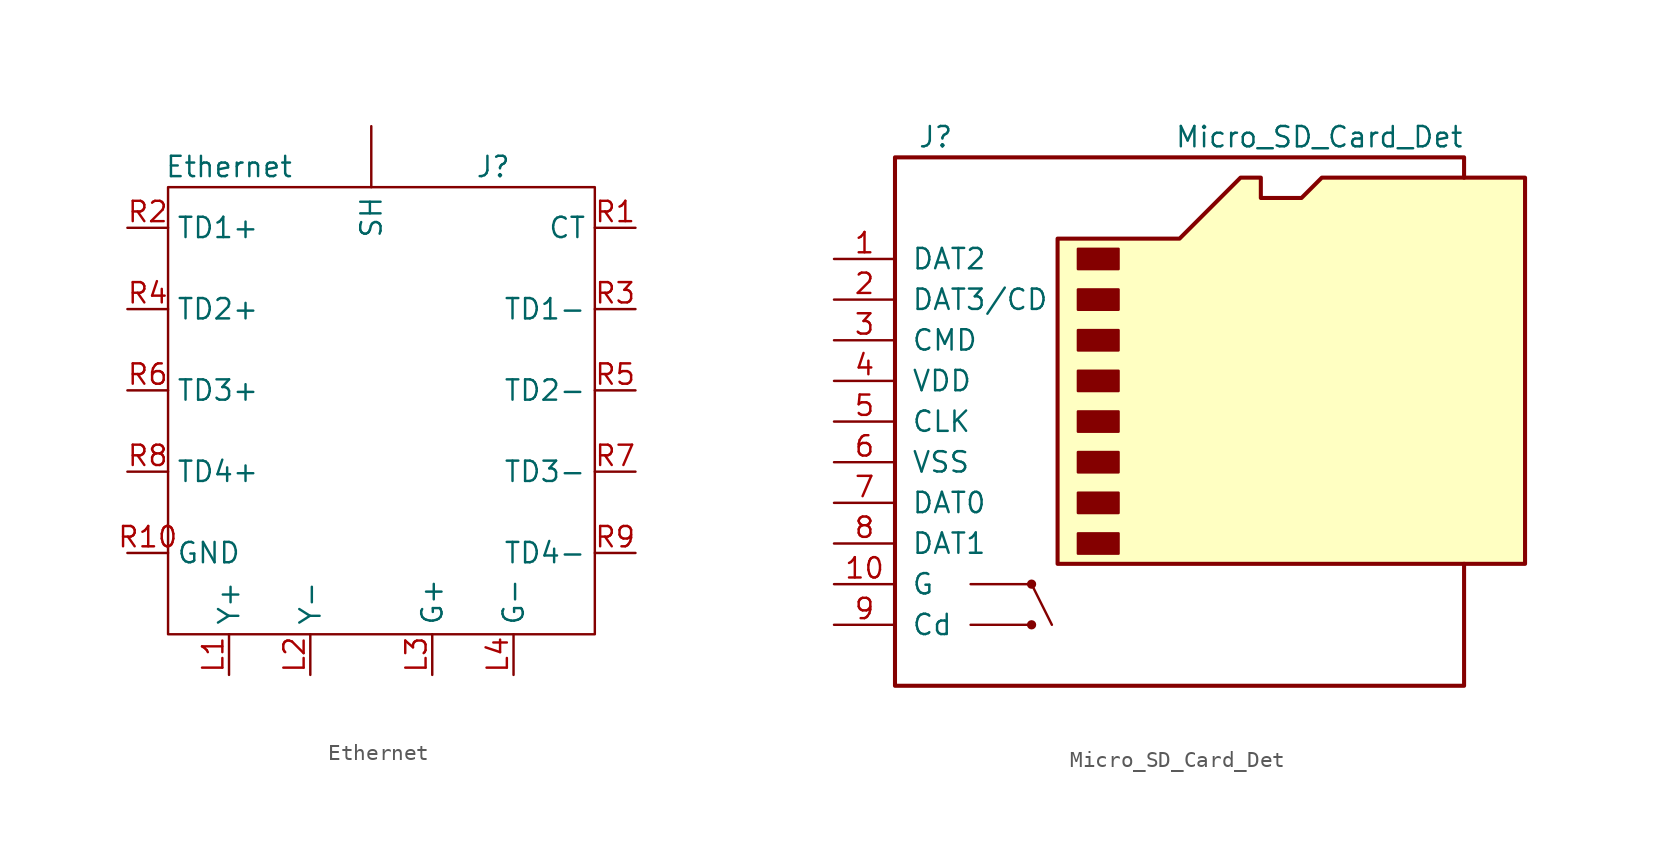
<source format=kicad_sym>
(kicad_symbol_lib
  (version 20201005)
  (generator kicad_symbol_editor)
  (symbol "Special:Ethernet"
    (property "Reference" "J"
      (at 24.13 1.27 0)
      (effects (font (size 1.27 1.27))))
    (property "Value" "Ethernet"
      (at 7.62 1.27 0)
      (effects (font (size 1.27 1.27))))
    (symbol "Ethernet_0_0"
      (pin bidirectional line (at 7.62 -30.48 90) (length 2.54) (name "Y+" (effects (font (size 1.27 1.27)))) (number "L1" (effects (font (size 1.27 1.27)))))
      (pin bidirectional line (at 12.7 -30.48 90) (length 2.54) (name "Y-" (effects (font (size 1.27 1.27)))) (number "L2" (effects (font (size 1.27 1.27)))))
      (pin bidirectional line (at 20.32 -30.48 90) (length 2.54) (name "G+" (effects (font (size 1.27 1.27)))) (number "L3" (effects (font (size 1.27 1.27)))))
      (pin bidirectional line (at 25.4 -30.48 90) (length 2.54) (name "G-" (effects (font (size 1.27 1.27)))) (number "L4" (effects (font (size 1.27 1.27)))))
      (pin bidirectional line (at 33.02 -2.54 180) (length 2.54) (name "CT" (effects (font (size 1.27 1.27)))) (number "R1" (effects (font (size 1.27 1.27)))))
      (pin bidirectional line (at 1.27 -22.86 0) (length 2.54) (name "GND" (effects (font (size 1.27 1.27)))) (number "R10" (effects (font (size 1.27 1.27)))))
      (pin bidirectional line (at 1.27 -2.54 0) (length 2.54) (name "TD1+" (effects (font (size 1.27 1.27)))) (number "R2" (effects (font (size 1.27 1.27)))))
      (pin bidirectional line (at 33.02 -7.62 180) (length 2.54) (name "TD1-" (effects (font (size 1.27 1.27)))) (number "R3" (effects (font (size 1.27 1.27)))))
      (pin bidirectional line (at 1.27 -7.62 0) (length 2.54) (name "TD2+" (effects (font (size 1.27 1.27)))) (number "R4" (effects (font (size 1.27 1.27)))))
      (pin bidirectional line (at 33.02 -12.7 180) (length 2.54) (name "TD2-" (effects (font (size 1.27 1.27)))) (number "R5" (effects (font (size 1.27 1.27)))))
      (pin bidirectional line (at 1.27 -12.7 0) (length 2.54) (name "TD3+" (effects (font (size 1.27 1.27)))) (number "R6" (effects (font (size 1.27 1.27)))))
      (pin bidirectional line (at 33.02 -17.78 180) (length 2.54) (name "TD3-" (effects (font (size 1.27 1.27)))) (number "R7" (effects (font (size 1.27 1.27)))))
      (pin bidirectional line (at 1.27 -17.78 0) (length 2.54) (name "TD4+" (effects (font (size 1.27 1.27)))) (number "R8" (effects (font (size 1.27 1.27)))))
      (pin bidirectional line (at 33.02 -22.86 180) (length 2.54) (name "TD4-" (effects (font (size 1.27 1.27)))) (number "R9" (effects (font (size 1.27 1.27))))))
    (symbol "Ethernet_0_1"
      (rectangle (start 3.81 0) (end 30.48 -27.94) (stroke (width 0.152)) (fill (type none))))
    (symbol "Ethernet_1_1"
      (pin passive line (at 16.51 3.81 270) (length 3.81) (name "SH" (effects (font (size 1.27 1.27)))) (number "" (effects (font (size 1.27 1.27)))))))
  (symbol "Special:Micro_SD_Card_Det"
    (pin_names
      (offset 1.016))
    (property "Reference" "J"
      (at -16.51 17.78 0)
      (effects (font (size 1.27 1.27))))
    (property "Value" "Micro_SD_Card_Det"
      (at 16.51 17.78 0)
      (effects (font (size 1.27 1.27)) (justify right)))
    (symbol "Micro_SD_Card_Det_0_1"
      (circle (center -10.516 -10.16) (radius 0) (stroke (width 0.152)) (fill (type none)))
      (circle (center -10.516 -12.7) (radius 0.215) (stroke (width 0.152)) (fill (type outline)))
      (circle (center -10.516 -10.16) (radius 0.215) (stroke (width 0.152)) (fill (type outline)))
      (rectangle (start -7.62 -6.985) (end -5.08 -8.255) (stroke (width 0)) (fill (type outline)))
      (rectangle (start -7.62 -4.445) (end -5.08 -5.715) (stroke (width 0)) (fill (type outline)))
      (rectangle (start -7.62 -1.905) (end -5.08 -3.175) (stroke (width 0)) (fill (type outline)))
      (rectangle (start -7.62 0.635) (end -5.08 -0.635) (stroke (width 0)) (fill (type outline)))
      (rectangle (start -7.62 3.175) (end -5.08 1.905) (stroke (width 0)) (fill (type outline)))
      (rectangle (start -7.62 5.715) (end -5.08 4.445) (stroke (width 0)) (fill (type outline)))
      (rectangle (start -7.62 8.255) (end -5.08 6.985) (stroke (width 0)) (fill (type outline)))
      (rectangle (start -7.62 10.795) (end -5.08 9.525) (stroke (width 0)) (fill (type outline)))
      (polyline (pts (xy -14.326 -12.7) (xy -10.516 -12.7)) (stroke (width 0.152)) (fill (type none)))
      (polyline (pts (xy -14.326 -10.16) (xy -10.516 -10.16)) (stroke (width 0.152)) (fill (type none)))
      (polyline (pts (xy -10.516 -10.16) (xy -9.246 -12.7)) (stroke (width 0.152)) (fill (type none)))
      (polyline (pts (xy 16.51 15.24) (xy 16.51 16.51) (xy -19.05 16.51) (xy -19.05 -16.51) (xy 16.51 -16.51) (xy 16.51 -8.89)) (stroke (width 0.254)) (fill (type none)))
      (polyline (pts (xy -8.89 -8.89) (xy -8.89 11.43) (xy -1.27 11.43) (xy 2.54 15.24) (xy 3.81 15.24) (xy 3.81 13.97) (xy 6.35 13.97) (xy 7.62 15.24) (xy 20.32 15.24) (xy 20.32 -8.89) (xy -8.89 -8.89)) (stroke (width 0.254)) (fill (type background))))
    (symbol "Micro_SD_Card_Det_1_1"
      (pin bidirectional line (at -22.86 10.16 0) (length 3.81) (name "DAT2" (effects (font (size 1.27 1.27)))) (number "1" (effects (font (size 1.27 1.27)))))
      (pin passive line (at -22.86 -10.16 0) (length 3.81) (name "G" (effects (font (size 1.27 1.27)))) (number "10" (effects (font (size 1.27 1.27)))))
      (pin bidirectional line (at -22.86 7.62 0) (length 3.81) (name "DAT3/CD" (effects (font (size 1.27 1.27)))) (number "2" (effects (font (size 1.27 1.27)))))
      (pin input line (at -22.86 5.08 0) (length 3.81) (name "CMD" (effects (font (size 1.27 1.27)))) (number "3" (effects (font (size 1.27 1.27)))))
      (pin power_in line (at -22.86 2.54 0) (length 3.81) (name "VDD" (effects (font (size 1.27 1.27)))) (number "4" (effects (font (size 1.27 1.27)))))
      (pin input line (at -22.86 0 0) (length 3.81) (name "CLK" (effects (font (size 1.27 1.27)))) (number "5" (effects (font (size 1.27 1.27)))))
      (pin power_in line (at -22.86 -2.54 0) (length 3.81) (name "VSS" (effects (font (size 1.27 1.27)))) (number "6" (effects (font (size 1.27 1.27)))))
      (pin bidirectional line (at -22.86 -5.08 0) (length 3.81) (name "DAT0" (effects (font (size 1.27 1.27)))) (number "7" (effects (font (size 1.27 1.27)))))
      (pin bidirectional line (at -22.86 -7.62 0) (length 3.81) (name "DAT1" (effects (font (size 1.27 1.27)))) (number "8" (effects (font (size 1.27 1.27)))))
      (pin passive line (at -22.86 -12.7 0) (length 3.81) (name "Cd" (effects (font (size 1.27 1.27)))) (number "9" (effects (font (size 1.27 1.27))))))))
</source>
